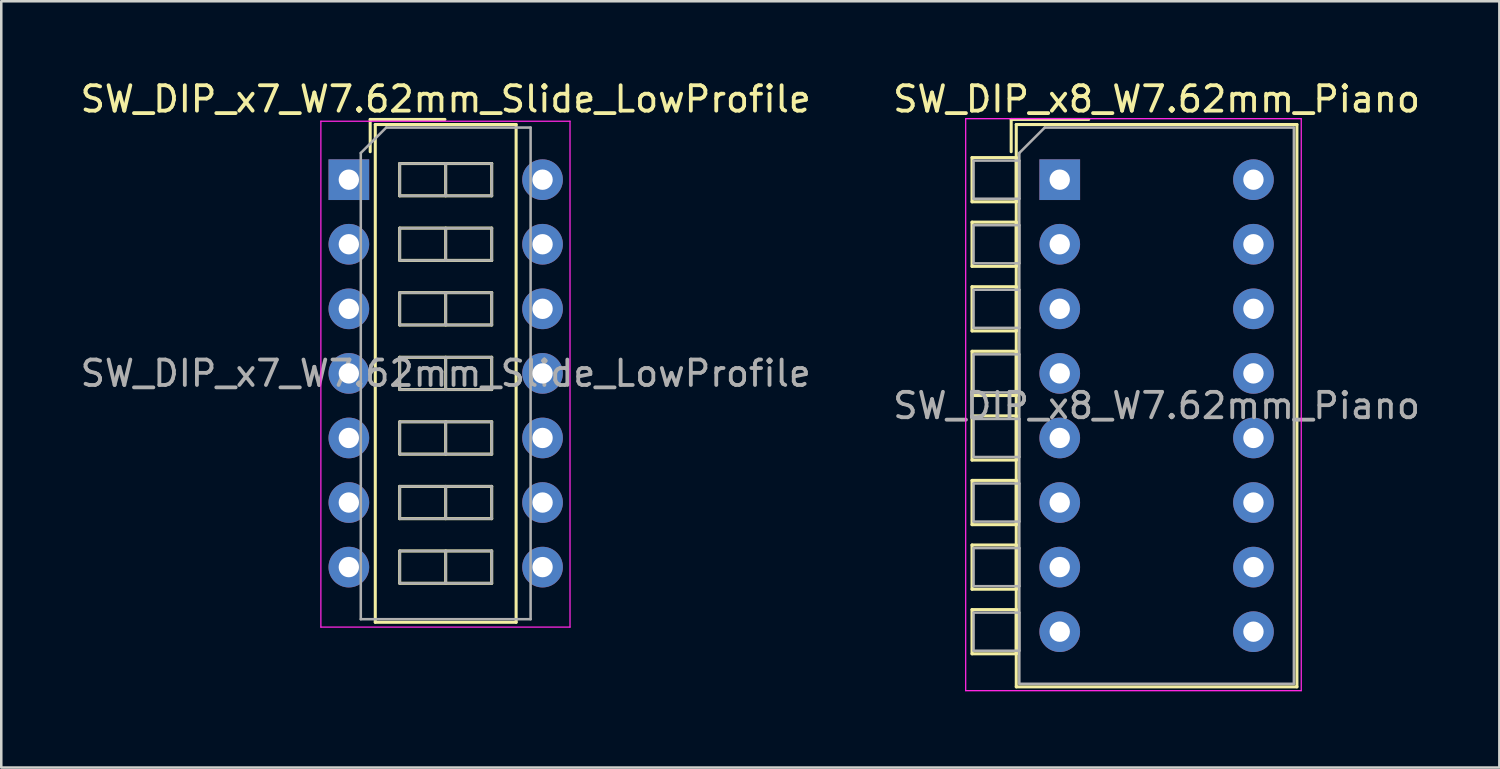
<source format=kicad_pcb>
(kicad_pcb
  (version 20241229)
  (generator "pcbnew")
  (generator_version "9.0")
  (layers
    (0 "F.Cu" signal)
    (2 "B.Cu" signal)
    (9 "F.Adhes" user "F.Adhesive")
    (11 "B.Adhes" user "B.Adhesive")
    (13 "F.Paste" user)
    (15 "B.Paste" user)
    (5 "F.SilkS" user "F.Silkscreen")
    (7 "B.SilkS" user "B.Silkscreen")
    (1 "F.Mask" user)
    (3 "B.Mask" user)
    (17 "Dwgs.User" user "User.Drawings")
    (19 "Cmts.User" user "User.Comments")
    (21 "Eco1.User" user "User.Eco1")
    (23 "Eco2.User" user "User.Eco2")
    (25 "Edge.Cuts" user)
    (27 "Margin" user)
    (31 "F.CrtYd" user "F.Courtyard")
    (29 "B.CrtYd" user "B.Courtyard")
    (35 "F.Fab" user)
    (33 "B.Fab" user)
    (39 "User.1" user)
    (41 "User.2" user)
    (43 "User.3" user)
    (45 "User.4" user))
  (footprint "SW_DIP_x8_W7.62mm_Piano"
    (layer "F.Cu")
    (at 38.636 4.018)
    (property "Reference" "SW_DIP_x8_W7.62mm_Piano" (at 3.81 -3.17 0) (layer "F.SilkS") (effects (font (size 1 1) (thickness 0.15))))
    (attr through_hole)
    (fp_line (start -3.45 -0.87) (end -3.45 0.87) (stroke (width 0.12) (type solid)) (layer "F.SilkS"))
    (fp_line (start -3.45 0.87) (end -1.71 0.87) (stroke (width 0.12) (type solid)) (layer "F.SilkS"))
    (fp_line (start -3.45 1.67) (end -3.45 3.41) (stroke (width 0.12) (type solid)) (layer "F.SilkS"))
    (fp_line (start -3.45 3.41) (end -1.71 3.41) (stroke (width 0.12) (type solid)) (layer "F.SilkS"))
    (fp_line (start -3.45 4.21) (end -3.45 5.95) (stroke (width 0.12) (type solid)) (layer "F.SilkS"))
    (fp_line (start -3.45 5.95) (end -1.71 5.95) (stroke (width 0.12) (type solid)) (layer "F.SilkS"))
    (fp_line (start -3.45 6.75) (end -3.45 8.49) (stroke (width 0.12) (type solid)) (layer "F.SilkS"))
    (fp_line (start -3.45 8.49) (end -1.71 8.49) (stroke (width 0.12) (type solid)) (layer "F.SilkS"))
    (fp_line (start -3.45 9.29) (end -3.45 11.03) (stroke (width 0.12) (type solid)) (layer "F.SilkS"))
    (fp_line (start -3.45 11.03) (end -1.71 11.03) (stroke (width 0.12) (type solid)) (layer "F.SilkS"))
    (fp_line (start -3.45 11.83) (end -3.45 13.57) (stroke (width 0.12) (type solid)) (layer "F.SilkS"))
    (fp_line (start -3.45 13.57) (end -1.71 13.57) (stroke (width 0.12) (type solid)) (layer "F.SilkS"))
    (fp_line (start -3.45 14.37) (end -3.45 16.11) (stroke (width 0.12) (type solid)) (layer "F.SilkS"))
    (fp_line (start -3.45 16.11) (end -1.71 16.11) (stroke (width 0.12) (type solid)) (layer "F.SilkS"))
    (fp_line (start -3.45 16.91) (end -3.45 18.65) (stroke (width 0.12) (type solid)) (layer "F.SilkS"))
    (fp_line (start -3.45 18.65) (end -1.71 18.65) (stroke (width 0.12) (type solid)) (layer "F.SilkS"))
    (fp_line (start -1.91 -2.37) (end -1.91 -1.1) (stroke (width 0.12) (type solid)) (layer "F.SilkS"))
    (fp_line (start -1.91 -2.37) (end 1.14 -2.37) (stroke (width 0.12) (type solid)) (layer "F.SilkS"))
    (fp_line (start -1.71 -2.17) (end 9.33 -2.17) (stroke (width 0.12) (type solid)) (layer "F.SilkS"))
    (fp_line (start -1.71 -0.87) (end -3.45 -0.87) (stroke (width 0.12) (type solid)) (layer "F.SilkS"))
    (fp_line (start -1.71 0.87) (end -1.71 -0.87) (stroke (width 0.12) (type solid)) (layer "F.SilkS"))
    (fp_line (start -1.71 1.67) (end -3.45 1.67) (stroke (width 0.12) (type solid)) (layer "F.SilkS"))
    (fp_line (start -1.71 3.41) (end -1.71 1.67) (stroke (width 0.12) (type solid)) (layer "F.SilkS"))
    (fp_line (start -1.71 4.21) (end -3.45 4.21) (stroke (width 0.12) (type solid)) (layer "F.SilkS"))
    (fp_line (start -1.71 5.95) (end -1.71 4.21) (stroke (width 0.12) (type solid)) (layer "F.SilkS"))
    (fp_line (start -1.71 6.75) (end -3.45 6.75) (stroke (width 0.12) (type solid)) (layer "F.SilkS"))
    (fp_line (start -1.71 8.49) (end -1.71 6.75) (stroke (width 0.12) (type solid)) (layer "F.SilkS"))
    (fp_line (start -1.71 9.29) (end -3.45 9.29) (stroke (width 0.12) (type solid)) (layer "F.SilkS"))
    (fp_line (start -1.71 11.03) (end -1.71 9.29) (stroke (width 0.12) (type solid)) (layer "F.SilkS"))
    (fp_line (start -1.71 11.83) (end -3.45 11.83) (stroke (width 0.12) (type solid)) (layer "F.SilkS"))
    (fp_line (start -1.71 13.57) (end -1.71 11.83) (stroke (width 0.12) (type solid)) (layer "F.SilkS"))
    (fp_line (start -1.71 14.37) (end -3.45 14.37) (stroke (width 0.12) (type solid)) (layer "F.SilkS"))
    (fp_line (start -1.71 16.11) (end -1.71 14.37) (stroke (width 0.12) (type solid)) (layer "F.SilkS"))
    (fp_line (start -1.71 16.91) (end -3.45 16.91) (stroke (width 0.12) (type solid)) (layer "F.SilkS"))
    (fp_line (start -1.71 18.65) (end -1.71 16.91) (stroke (width 0.12) (type solid)) (layer "F.SilkS"))
    (fp_line (start -1.71 19.95) (end -1.71 -2.17) (stroke (width 0.12) (type solid)) (layer "F.SilkS"))
    (fp_line (start 9.33 -2.17) (end 9.33 19.95) (stroke (width 0.12) (type solid)) (layer "F.SilkS"))
    (fp_line (start 9.33 19.95) (end -1.71 19.95) (stroke (width 0.12) (type solid)) (layer "F.SilkS"))
    (fp_line (start -3.7 -2.4) (end -3.7 20.1) (stroke (width 0.05) (type solid)) (layer "F.CrtYd"))
    (fp_line (start -3.7 20.1) (end 9.5 20.1) (stroke (width 0.05) (type solid)) (layer "F.CrtYd"))
    (fp_line (start 9.5 -2.4) (end -3.7 -2.4) (stroke (width 0.05) (type solid)) (layer "F.CrtYd"))
    (fp_line (start 9.5 20.1) (end 9.5 -2.4) (stroke (width 0.05) (type solid)) (layer "F.CrtYd"))
    (fp_line (start -3.39 -0.75) (end -1.59 -0.75) (stroke (width 0.1) (type solid)) (layer "F.Fab"))
    (fp_line (start -3.39 0.75) (end -3.39 -0.75) (stroke (width 0.1) (type solid)) (layer "F.Fab"))
    (fp_line (start -3.39 1.79) (end -1.59 1.79) (stroke (width 0.1) (type solid)) (layer "F.Fab"))
    (fp_line (start -3.39 3.29) (end -3.39 1.79) (stroke (width 0.1) (type solid)) (layer "F.Fab"))
    (fp_line (start -3.39 4.33) (end -1.59 4.33) (stroke (width 0.1) (type solid)) (layer "F.Fab"))
    (fp_line (start -3.39 5.83) (end -3.39 4.33) (stroke (width 0.1) (type solid)) (layer "F.Fab"))
    (fp_line (start -3.39 6.87) (end -1.59 6.87) (stroke (width 0.1) (type solid)) (layer "F.Fab"))
    (fp_line (start -3.39 8.37) (end -3.39 6.87) (stroke (width 0.1) (type solid)) (layer "F.Fab"))
    (fp_line (start -3.39 9.41) (end -1.59 9.41) (stroke (width 0.1) (type solid)) (layer "F.Fab"))
    (fp_line (start -3.39 10.91) (end -3.39 9.41) (stroke (width 0.1) (type solid)) (layer "F.Fab"))
    (fp_line (start -3.39 11.95) (end -1.59 11.95) (stroke (width 0.1) (type solid)) (layer "F.Fab"))
    (fp_line (start -3.39 13.45) (end -3.39 11.95) (stroke (width 0.1) (type solid)) (layer "F.Fab"))
    (fp_line (start -3.39 14.49) (end -1.59 14.49) (stroke (width 0.1) (type solid)) (layer "F.Fab"))
    (fp_line (start -3.39 15.99) (end -3.39 14.49) (stroke (width 0.1) (type solid)) (layer "F.Fab"))
    (fp_line (start -3.39 17.03) (end -1.59 17.03) (stroke (width 0.1) (type solid)) (layer "F.Fab"))
    (fp_line (start -3.39 18.53) (end -3.39 17.03) (stroke (width 0.1) (type solid)) (layer "F.Fab"))
    (fp_line (start -1.59 -1.05) (end -0.59 -2.05) (stroke (width 0.1) (type solid)) (layer "F.Fab"))
    (fp_line (start -1.59 -0.75) (end -1.59 0.75) (stroke (width 0.1) (type solid)) (layer "F.Fab"))
    (fp_line (start -1.59 0.75) (end -3.39 0.75) (stroke (width 0.1) (type solid)) (layer "F.Fab"))
    (fp_line (start -1.59 1.79) (end -1.59 3.29) (stroke (width 0.1) (type solid)) (layer "F.Fab"))
    (fp_line (start -1.59 3.29) (end -3.39 3.29) (stroke (width 0.1) (type solid)) (layer "F.Fab"))
    (fp_line (start -1.59 4.33) (end -1.59 5.83) (stroke (width 0.1) (type solid)) (layer "F.Fab"))
    (fp_line (start -1.59 5.83) (end -3.39 5.83) (stroke (width 0.1) (type solid)) (layer "F.Fab"))
    (fp_line (start -1.59 6.87) (end -1.59 8.37) (stroke (width 0.1) (type solid)) (layer "F.Fab"))
    (fp_line (start -1.59 8.37) (end -3.39 8.37) (stroke (width 0.1) (type solid)) (layer "F.Fab"))
    (fp_line (start -1.59 9.41) (end -1.59 10.91) (stroke (width 0.1) (type solid)) (layer "F.Fab"))
    (fp_line (start -1.59 10.91) (end -3.39 10.91) (stroke (width 0.1) (type solid)) (layer "F.Fab"))
    (fp_line (start -1.59 11.95) (end -1.59 13.45) (stroke (width 0.1) (type solid)) (layer "F.Fab"))
    (fp_line (start -1.59 13.45) (end -3.39 13.45) (stroke (width 0.1) (type solid)) (layer "F.Fab"))
    (fp_line (start -1.59 14.49) (end -1.59 15.99) (stroke (width 0.1) (type solid)) (layer "F.Fab"))
    (fp_line (start -1.59 15.99) (end -3.39 15.99) (stroke (width 0.1) (type solid)) (layer "F.Fab"))
    (fp_line (start -1.59 17.03) (end -1.59 18.53) (stroke (width 0.1) (type solid)) (layer "F.Fab"))
    (fp_line (start -1.59 18.53) (end -3.39 18.53) (stroke (width 0.1) (type solid)) (layer "F.Fab"))
    (fp_line (start -1.59 19.83) (end -1.59 -1.05) (stroke (width 0.1) (type solid)) (layer "F.Fab"))
    (fp_line (start -0.59 -2.05) (end 9.21 -2.05) (stroke (width 0.1) (type solid)) (layer "F.Fab"))
    (fp_line (start 9.21 -2.05) (end 9.21 19.83) (stroke (width 0.1) (type solid)) (layer "F.Fab"))
    (fp_line (start 9.21 19.83) (end -1.59 19.83) (stroke (width 0.1) (type solid)) (layer "F.Fab"))
    (fp_text user "${REFERENCE}" (at 3.81 8.89 0) (layer "F.Fab") (effects (font (size 1 1) (thickness 0.15))))
    (pad "1" thru_hole rect (at 0 0) (size 1.6 1.6) (drill 0.8) (layers "*.Cu" "*.Mask"))
    (pad "2" thru_hole oval (at 0 2.54) (size 1.6 1.6) (drill 0.8) (layers "*.Cu" "*.Mask"))
    (pad "3" thru_hole oval (at 0 5.08) (size 1.6 1.6) (drill 0.8) (layers "*.Cu" "*.Mask"))
    (pad "4" thru_hole oval (at 0 7.62) (size 1.6 1.6) (drill 0.8) (layers "*.Cu" "*.Mask"))
    (pad "5" thru_hole oval (at 0 10.16) (size 1.6 1.6) (drill 0.8) (layers "*.Cu" "*.Mask"))
    (pad "6" thru_hole oval (at 0 12.7) (size 1.6 1.6) (drill 0.8) (layers "*.Cu" "*.Mask"))
    (pad "7" thru_hole oval (at 0 15.24) (size 1.6 1.6) (drill 0.8) (layers "*.Cu" "*.Mask"))
    (pad "8" thru_hole oval (at 0 17.78) (size 1.6 1.6) (drill 0.8) (layers "*.Cu" "*.Mask"))
    (pad "9" thru_hole oval (at 7.62 17.78) (size 1.6 1.6) (drill 0.8) (layers "*.Cu" "*.Mask"))
    (pad "10" thru_hole oval (at 7.62 15.24) (size 1.6 1.6) (drill 0.8) (layers "*.Cu" "*.Mask"))
    (pad "11" thru_hole oval (at 7.62 12.7) (size 1.6 1.6) (drill 0.8) (layers "*.Cu" "*.Mask"))
    (pad "12" thru_hole oval (at 7.62 10.16) (size 1.6 1.6) (drill 0.8) (layers "*.Cu" "*.Mask"))
    (pad "13" thru_hole oval (at 7.62 7.62) (size 1.6 1.6) (drill 0.8) (layers "*.Cu" "*.Mask"))
    (pad "14" thru_hole oval (at 7.62 5.08) (size 1.6 1.6) (drill 0.8) (layers "*.Cu" "*.Mask"))
    (pad "15" thru_hole oval (at 7.62 2.54) (size 1.6 1.6) (drill 0.8) (layers "*.Cu" "*.Mask"))
    (pad "16" thru_hole oval (at 7.62 0) (size 1.6 1.6) (drill 0.8) (layers "*.Cu" "*.Mask")))
  (footprint "SW_DIP_x7_W7.62mm_Slide_LowProfile"
    (layer "F.Cu")
    (at 10.672 4.018)
    (property "Reference" "SW_DIP_x7_W7.62mm_Slide_LowProfile" (at 3.81 -3.17 0) (layer "F.SilkS") (effects (font (size 1 1) (thickness 0.15))))
    (attr through_hole)
    (fp_line (start 0.84 -2.37) (end 0.84 -1.1) (stroke (width 0.12) (type solid)) (layer "F.SilkS"))
    (fp_line (start 0.84 -2.37) (end 3.78 -2.37) (stroke (width 0.12) (type solid)) (layer "F.SilkS"))
    (fp_line (start 1.04 -2.17) (end 6.58 -2.17) (stroke (width 0.12) (type solid)) (layer "F.SilkS"))
    (fp_line (start 1.04 17.41) (end 1.04 -2.17) (stroke (width 0.12) (type solid)) (layer "F.SilkS"))
    (fp_line (start 2 -0.635) (end 2 0.635) (stroke (width 0.12) (type solid)) (layer "F.SilkS"))
    (fp_line (start 2 0.635) (end 5.62 0.635) (stroke (width 0.12) (type solid)) (layer "F.SilkS"))
    (fp_line (start 2 1.905) (end 2 3.175) (stroke (width 0.12) (type solid)) (layer "F.SilkS"))
    (fp_line (start 2 3.175) (end 5.62 3.175) (stroke (width 0.12) (type solid)) (layer "F.SilkS"))
    (fp_line (start 2 4.445) (end 2 5.715) (stroke (width 0.12) (type solid)) (layer "F.SilkS"))
    (fp_line (start 2 5.715) (end 5.62 5.715) (stroke (width 0.12) (type solid)) (layer "F.SilkS"))
    (fp_line (start 2 6.985) (end 2 8.255) (stroke (width 0.12) (type solid)) (layer "F.SilkS"))
    (fp_line (start 2 8.255) (end 5.62 8.255) (stroke (width 0.12) (type solid)) (layer "F.SilkS"))
    (fp_line (start 2 9.525) (end 2 10.795) (stroke (width 0.12) (type solid)) (layer "F.SilkS"))
    (fp_line (start 2 10.795) (end 5.62 10.795) (stroke (width 0.12) (type solid)) (layer "F.SilkS"))
    (fp_line (start 2 12.065) (end 2 13.335) (stroke (width 0.12) (type solid)) (layer "F.SilkS"))
    (fp_line (start 2 13.335) (end 5.62 13.335) (stroke (width 0.12) (type solid)) (layer "F.SilkS"))
    (fp_line (start 2 14.605) (end 2 15.875) (stroke (width 0.12) (type solid)) (layer "F.SilkS"))
    (fp_line (start 2 15.875) (end 5.62 15.875) (stroke (width 0.12) (type solid)) (layer "F.SilkS"))
    (fp_line (start 3.81 -0.635) (end 3.81 0.635) (stroke (width 0.12) (type solid)) (layer "F.SilkS"))
    (fp_line (start 3.81 1.905) (end 3.81 3.175) (stroke (width 0.12) (type solid)) (layer "F.SilkS"))
    (fp_line (start 3.81 4.445) (end 3.81 5.715) (stroke (width 0.12) (type solid)) (layer "F.SilkS"))
    (fp_line (start 3.81 6.985) (end 3.81 8.255) (stroke (width 0.12) (type solid)) (layer "F.SilkS"))
    (fp_line (start 3.81 9.525) (end 3.81 10.795) (stroke (width 0.12) (type solid)) (layer "F.SilkS"))
    (fp_line (start 3.81 12.065) (end 3.81 13.335) (stroke (width 0.12) (type solid)) (layer "F.SilkS"))
    (fp_line (start 3.81 14.605) (end 3.81 15.875) (stroke (width 0.12) (type solid)) (layer "F.SilkS"))
    (fp_line (start 5.62 -0.635) (end 2 -0.635) (stroke (width 0.12) (type solid)) (layer "F.SilkS"))
    (fp_line (start 5.62 0.635) (end 5.62 -0.635) (stroke (width 0.12) (type solid)) (layer "F.SilkS"))
    (fp_line (start 5.62 1.905) (end 2 1.905) (stroke (width 0.12) (type solid)) (layer "F.SilkS"))
    (fp_line (start 5.62 3.175) (end 5.62 1.905) (stroke (width 0.12) (type solid)) (layer "F.SilkS"))
    (fp_line (start 5.62 4.445) (end 2 4.445) (stroke (width 0.12) (type solid)) (layer "F.SilkS"))
    (fp_line (start 5.62 5.715) (end 5.62 4.445) (stroke (width 0.12) (type solid)) (layer "F.SilkS"))
    (fp_line (start 5.62 6.985) (end 2 6.985) (stroke (width 0.12) (type solid)) (layer "F.SilkS"))
    (fp_line (start 5.62 8.255) (end 5.62 6.985) (stroke (width 0.12) (type solid)) (layer "F.SilkS"))
    (fp_line (start 5.62 9.525) (end 2 9.525) (stroke (width 0.12) (type solid)) (layer "F.SilkS"))
    (fp_line (start 5.62 10.795) (end 5.62 9.525) (stroke (width 0.12) (type solid)) (layer "F.SilkS"))
    (fp_line (start 5.62 12.065) (end 2 12.065) (stroke (width 0.12) (type solid)) (layer "F.SilkS"))
    (fp_line (start 5.62 13.335) (end 5.62 12.065) (stroke (width 0.12) (type solid)) (layer "F.SilkS"))
    (fp_line (start 5.62 14.605) (end 2 14.605) (stroke (width 0.12) (type solid)) (layer "F.SilkS"))
    (fp_line (start 5.62 15.875) (end 5.62 14.605) (stroke (width 0.12) (type solid)) (layer "F.SilkS"))
    (fp_line (start 6.58 -2.17) (end 6.58 17.41) (stroke (width 0.12) (type solid)) (layer "F.SilkS"))
    (fp_line (start 6.58 17.41) (end 1.04 17.41) (stroke (width 0.12) (type solid)) (layer "F.SilkS"))
    (fp_line (start -1.1 -2.3) (end -1.1 17.6) (stroke (width 0.05) (type solid)) (layer "F.CrtYd"))
    (fp_line (start -1.1 17.6) (end 8.7 17.6) (stroke (width 0.05) (type solid)) (layer "F.CrtYd"))
    (fp_line (start 8.7 -2.3) (end -1.1 -2.3) (stroke (width 0.05) (type solid)) (layer "F.CrtYd"))
    (fp_line (start 8.7 17.6) (end 8.7 -2.3) (stroke (width 0.05) (type solid)) (layer "F.CrtYd"))
    (fp_line (start 0.47 -1.05) (end 1.47 -2.05) (stroke (width 0.1) (type solid)) (layer "F.Fab"))
    (fp_line (start 0.47 17.29) (end 0.47 -1.05) (stroke (width 0.1) (type solid)) (layer "F.Fab"))
    (fp_line (start 1.47 -2.05) (end 7.15 -2.05) (stroke (width 0.1) (type solid)) (layer "F.Fab"))
    (fp_line (start 2 -0.635) (end 2 0.635) (stroke (width 0.1) (type solid)) (layer "F.Fab"))
    (fp_line (start 2 0.635) (end 5.62 0.635) (stroke (width 0.1) (type solid)) (layer "F.Fab"))
    (fp_line (start 2 1.905) (end 2 3.175) (stroke (width 0.1) (type solid)) (layer "F.Fab"))
    (fp_line (start 2 3.175) (end 5.62 3.175) (stroke (width 0.1) (type solid)) (layer "F.Fab"))
    (fp_line (start 2 4.445) (end 2 5.715) (stroke (width 0.1) (type solid)) (layer "F.Fab"))
    (fp_line (start 2 5.715) (end 5.62 5.715) (stroke (width 0.1) (type solid)) (layer "F.Fab"))
    (fp_line (start 2 6.985) (end 2 8.255) (stroke (width 0.1) (type solid)) (layer "F.Fab"))
    (fp_line (start 2 8.255) (end 5.62 8.255) (stroke (width 0.1) (type solid)) (layer "F.Fab"))
    (fp_line (start 2 9.525) (end 2 10.795) (stroke (width 0.1) (type solid)) (layer "F.Fab"))
    (fp_line (start 2 10.795) (end 5.62 10.795) (stroke (width 0.1) (type solid)) (layer "F.Fab"))
    (fp_line (start 2 12.065) (end 2 13.335) (stroke (width 0.1) (type solid)) (layer "F.Fab"))
    (fp_line (start 2 13.335) (end 5.62 13.335) (stroke (width 0.1) (type solid)) (layer "F.Fab"))
    (fp_line (start 2 14.605) (end 2 15.875) (stroke (width 0.1) (type solid)) (layer "F.Fab"))
    (fp_line (start 2 15.875) (end 5.62 15.875) (stroke (width 0.1) (type solid)) (layer "F.Fab"))
    (fp_line (start 3.81 -0.635) (end 3.81 0.635) (stroke (width 0.1) (type solid)) (layer "F.Fab"))
    (fp_line (start 3.81 1.905) (end 3.81 3.175) (stroke (width 0.1) (type solid)) (layer "F.Fab"))
    (fp_line (start 3.81 4.445) (end 3.81 5.715) (stroke (width 0.1) (type solid)) (layer "F.Fab"))
    (fp_line (start 3.81 6.985) (end 3.81 8.255) (stroke (width 0.1) (type solid)) (layer "F.Fab"))
    (fp_line (start 3.81 9.525) (end 3.81 10.795) (stroke (width 0.1) (type solid)) (layer "F.Fab"))
    (fp_line (start 3.81 12.065) (end 3.81 13.335) (stroke (width 0.1) (type solid)) (layer "F.Fab"))
    (fp_line (start 3.81 14.605) (end 3.81 15.875) (stroke (width 0.1) (type solid)) (layer "F.Fab"))
    (fp_line (start 5.62 -0.635) (end 2 -0.635) (stroke (width 0.1) (type solid)) (layer "F.Fab"))
    (fp_line (start 5.62 0.635) (end 5.62 -0.635) (stroke (width 0.1) (type solid)) (layer "F.Fab"))
    (fp_line (start 5.62 1.905) (end 2 1.905) (stroke (width 0.1) (type solid)) (layer "F.Fab"))
    (fp_line (start 5.62 3.175) (end 5.62 1.905) (stroke (width 0.1) (type solid)) (layer "F.Fab"))
    (fp_line (start 5.62 4.445) (end 2 4.445) (stroke (width 0.1) (type solid)) (layer "F.Fab"))
    (fp_line (start 5.62 5.715) (end 5.62 4.445) (stroke (width 0.1) (type solid)) (layer "F.Fab"))
    (fp_line (start 5.62 6.985) (end 2 6.985) (stroke (width 0.1) (type solid)) (layer "F.Fab"))
    (fp_line (start 5.62 8.255) (end 5.62 6.985) (stroke (width 0.1) (type solid)) (layer "F.Fab"))
    (fp_line (start 5.62 9.525) (end 2 9.525) (stroke (width 0.1) (type solid)) (layer "F.Fab"))
    (fp_line (start 5.62 10.795) (end 5.62 9.525) (stroke (width 0.1) (type solid)) (layer "F.Fab"))
    (fp_line (start 5.62 12.065) (end 2 12.065) (stroke (width 0.1) (type solid)) (layer "F.Fab"))
    (fp_line (start 5.62 13.335) (end 5.62 12.065) (stroke (width 0.1) (type solid)) (layer "F.Fab"))
    (fp_line (start 5.62 14.605) (end 2 14.605) (stroke (width 0.1) (type solid)) (layer "F.Fab"))
    (fp_line (start 5.62 15.875) (end 5.62 14.605) (stroke (width 0.1) (type solid)) (layer "F.Fab"))
    (fp_line (start 7.15 -2.05) (end 7.15 17.29) (stroke (width 0.1) (type solid)) (layer "F.Fab"))
    (fp_line (start 7.15 17.29) (end 0.47 17.29) (stroke (width 0.1) (type solid)) (layer "F.Fab"))
    (fp_text user "${REFERENCE}" (at 3.81 7.62 0) (layer "F.Fab") (effects (font (size 1 1) (thickness 0.15))))
    (pad "1" thru_hole rect (at 0 0) (size 1.6 1.6) (drill 0.8) (layers "*.Cu" "*.Mask"))
    (pad "2" thru_hole oval (at 0 2.54) (size 1.6 1.6) (drill 0.8) (layers "*.Cu" "*.Mask"))
    (pad "3" thru_hole oval (at 0 5.08) (size 1.6 1.6) (drill 0.8) (layers "*.Cu" "*.Mask"))
    (pad "4" thru_hole oval (at 0 7.62) (size 1.6 1.6) (drill 0.8) (layers "*.Cu" "*.Mask"))
    (pad "5" thru_hole oval (at 0 10.16) (size 1.6 1.6) (drill 0.8) (layers "*.Cu" "*.Mask"))
    (pad "6" thru_hole oval (at 0 12.7) (size 1.6 1.6) (drill 0.8) (layers "*.Cu" "*.Mask"))
    (pad "7" thru_hole oval (at 0 15.24) (size 1.6 1.6) (drill 0.8) (layers "*.Cu" "*.Mask"))
    (pad "8" thru_hole oval (at 7.62 15.24) (size 1.6 1.6) (drill 0.8) (layers "*.Cu" "*.Mask"))
    (pad "9" thru_hole oval (at 7.62 12.7) (size 1.6 1.6) (drill 0.8) (layers "*.Cu" "*.Mask"))
    (pad "10" thru_hole oval (at 7.62 10.16) (size 1.6 1.6) (drill 0.8) (layers "*.Cu" "*.Mask"))
    (pad "11" thru_hole oval (at 7.62 7.62) (size 1.6 1.6) (drill 0.8) (layers "*.Cu" "*.Mask"))
    (pad "12" thru_hole oval (at 7.62 5.08) (size 1.6 1.6) (drill 0.8) (layers "*.Cu" "*.Mask"))
    (pad "13" thru_hole oval (at 7.62 2.54) (size 1.6 1.6) (drill 0.8) (layers "*.Cu" "*.Mask"))
    (pad "14" thru_hole oval (at 7.62 0) (size 1.6 1.6) (drill 0.8) (layers "*.Cu" "*.Mask")))
  (gr_rect
    (start -3 -3)
    (end 55.929 27.143)
    (stroke (width 0.1) (type default))
    (fill no)
    (layer "Edge.Cuts")))
</source>
